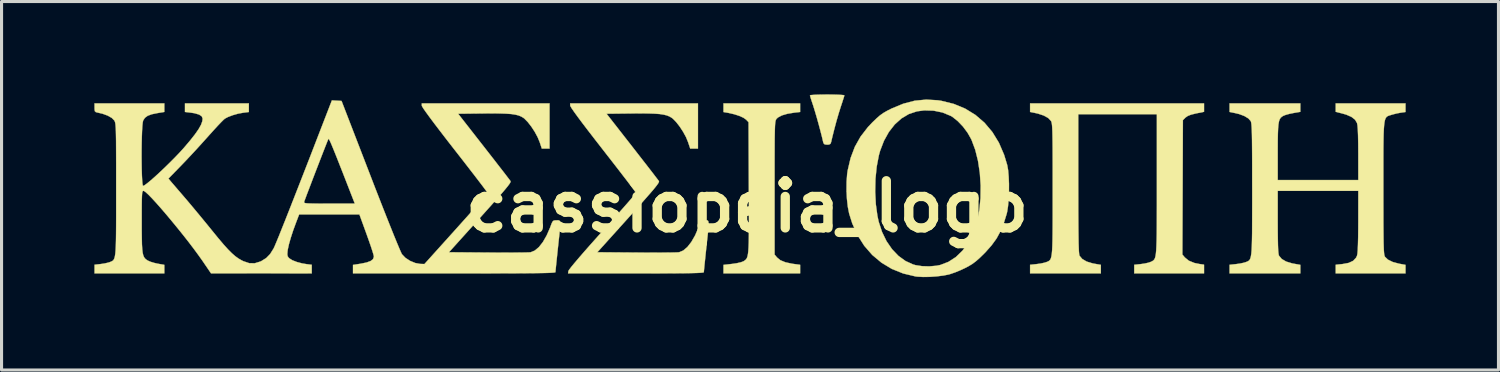
<source format=kicad_pcb>
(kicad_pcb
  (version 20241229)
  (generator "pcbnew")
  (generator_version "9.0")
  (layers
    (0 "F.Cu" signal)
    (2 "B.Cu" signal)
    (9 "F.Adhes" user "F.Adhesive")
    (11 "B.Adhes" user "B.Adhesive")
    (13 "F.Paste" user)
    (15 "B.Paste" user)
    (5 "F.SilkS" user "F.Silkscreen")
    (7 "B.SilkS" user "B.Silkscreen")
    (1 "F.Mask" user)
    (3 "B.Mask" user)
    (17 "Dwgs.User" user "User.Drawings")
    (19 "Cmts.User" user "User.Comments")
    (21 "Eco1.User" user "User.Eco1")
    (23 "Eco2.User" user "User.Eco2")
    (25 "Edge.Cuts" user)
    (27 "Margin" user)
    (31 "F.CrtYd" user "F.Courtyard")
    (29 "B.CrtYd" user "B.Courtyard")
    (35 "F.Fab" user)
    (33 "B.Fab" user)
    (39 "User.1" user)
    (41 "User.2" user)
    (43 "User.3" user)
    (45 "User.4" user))
  (footprint "cassiopeia_logo"
    (layer "F.Cu")
    (at 21.087 3.624)
    (property "Reference" "cassiopeia_logo" (at 0 0 0) (layer "F.SilkS") (effects (font (size 1.524 1.524) (thickness 0.3))))
    (attr through_hole)
    (fp_poly (pts (xy 2.767 -3.618) (xy 2.923 -3.614) (xy 3.044 -3.608) (xy 3.121 -3.601) (xy 3.143 -3.594) (xy 3.134 -3.555) (xy 3.107 -3.47) (xy 3.069 -3.351) (xy 3.031 -3.237) (xy 2.965 -3.029) (xy 2.892 -2.779) (xy 2.82 -2.51) (xy 2.753 -2.243) (xy 2.717 -2.088) (xy 2.694 -2.027) (xy 2.646 -2.004) (xy 2.588 -2) (xy 2.51 -2.008) (xy 2.473 -2.042) (xy 2.458 -2.088) (xy 2.42 -2.251) (xy 2.369 -2.449) (xy 2.311 -2.666) (xy 2.251 -2.881) (xy 2.193 -3.078) (xy 2.144 -3.238) (xy 2.129 -3.284) (xy 2.087 -3.41) (xy 2.054 -3.513) (xy 2.035 -3.579) (xy 2.032 -3.594) (xy 2.062 -3.602) (xy 2.145 -3.609) (xy 2.272 -3.615) (xy 2.432 -3.618) (xy 2.588 -3.619) (xy 2.767 -3.618)) (stroke (width 0.01) (type solid)) (fill yes) (layer "F.SilkS"))
    (fp_poly (pts (xy 1.714 -3.056) (xy 1.525 -3.035) (xy 1.302 -2.998) (xy 1.125 -2.946) (xy 1 -2.88) (xy 0.954 -2.837) (xy 0.941 -2.819) (xy 0.93 -2.799) (xy 0.921 -2.771) (xy 0.913 -2.73) (xy 0.907 -2.673) (xy 0.902 -2.594) (xy 0.898 -2.488) (xy 0.895 -2.352) (xy 0.892 -2.181) (xy 0.891 -1.97) (xy 0.89 -1.713) (xy 0.889 -1.408) (xy 0.889 -1.048) (xy 0.889 -0.63) (xy 0.889 1.551) (xy 0.971 1.648) (xy 1.077 1.734) (xy 1.238 1.8) (xy 1.456 1.847) (xy 1.537 1.858) (xy 1.714 1.881) (xy 1.714 2.159) (xy -0.762 2.159) (xy -0.762 1.884) (xy -0.478 1.852) (xy -0.326 1.829) (xy -0.2 1.8) (xy -0.117 1.769) (xy -0.11 1.764) (xy -0.076 1.742) (xy -0.047 1.719) (xy -0.023 1.691) (xy -0.002 1.653) (xy 0.015 1.601) (xy 0.029 1.53) (xy 0.04 1.436) (xy 0.048 1.314) (xy 0.054 1.159) (xy 0.057 0.967) (xy 0.059 0.734) (xy 0.06 0.454) (xy 0.059 0.124) (xy 0.058 -0.261) (xy 0.056 -0.618) (xy 0.048 -2.725) (xy -0.03 -2.808) (xy -0.115 -2.869) (xy -0.247 -2.929) (xy -0.413 -2.983) (xy -0.595 -3.025) (xy -0.627 -3.031) (xy -0.762 -3.054) (xy -0.762 -3.334) (xy 1.714 -3.334) (xy 1.714 -3.056)) (stroke (width 0.01) (type solid)) (fill yes) (layer "F.SilkS"))
    (fp_poly (pts (xy 14.764 -3.062) (xy 14.504 -3.009) (xy 14.346 -2.97) (xy 14.238 -2.928) (xy 14.165 -2.877) (xy 14.162 -2.874) (xy 14.081 -2.793) (xy 14.073 -0.622) (xy 14.064 1.549) (xy 14.144 1.644) (xy 14.272 1.749) (xy 14.455 1.823) (xy 14.613 1.855) (xy 14.764 1.877) (xy 14.764 2.159) (xy 12.509 2.159) (xy 12.509 1.881) (xy 12.724 1.858) (xy 12.852 1.839) (xy 12.968 1.813) (xy 13.039 1.789) (xy 13.076 1.771) (xy 13.108 1.754) (xy 13.136 1.732) (xy 13.16 1.702) (xy 13.18 1.659) (xy 13.196 1.598) (xy 13.209 1.515) (xy 13.219 1.406) (xy 13.226 1.267) (xy 13.232 1.093) (xy 13.236 0.879) (xy 13.238 0.623) (xy 13.239 0.318) (xy 13.24 -0.039) (xy 13.24 -0.452) (xy 13.24 -0.727) (xy 13.24 -2.985) (xy 10.7 -2.985) (xy 10.7 -0.738) (xy 10.701 -0.281) (xy 10.701 0.115) (xy 10.703 0.456) (xy 10.705 0.744) (xy 10.708 0.983) (xy 10.711 1.177) (xy 10.716 1.328) (xy 10.721 1.442) (xy 10.728 1.521) (xy 10.735 1.57) (xy 10.74 1.587) (xy 10.829 1.693) (xy 10.972 1.777) (xy 11.166 1.836) (xy 11.208 1.844) (xy 11.43 1.883) (xy 11.43 2.159) (xy 9.144 2.159) (xy 9.144 1.881) (xy 9.358 1.858) (xy 9.486 1.84) (xy 9.603 1.815) (xy 9.674 1.793) (xy 9.712 1.778) (xy 9.745 1.762) (xy 9.773 1.741) (xy 9.797 1.711) (xy 9.817 1.667) (xy 9.833 1.605) (xy 9.846 1.521) (xy 9.856 1.409) (xy 9.863 1.265) (xy 9.868 1.086) (xy 9.871 0.866) (xy 9.873 0.6) (xy 9.874 0.285) (xy 9.874 -0.084) (xy 9.874 -0.511) (xy 9.874 -0.557) (xy 9.874 -0.978) (xy 9.874 -1.339) (xy 9.873 -1.647) (xy 9.872 -1.905) (xy 9.87 -2.118) (xy 9.867 -2.291) (xy 9.864 -2.428) (xy 9.859 -2.535) (xy 9.854 -2.615) (xy 9.847 -2.674) (xy 9.839 -2.716) (xy 9.83 -2.745) (xy 9.819 -2.766) (xy 9.73 -2.861) (xy 9.587 -2.941) (xy 9.397 -3.004) (xy 9.325 -3.02) (xy 9.144 -3.057) (xy 9.144 -3.334) (xy 14.764 -3.334) (xy 14.764 -3.062)) (stroke (width 0.01) (type solid)) (fill yes) (layer "F.SilkS"))
    (fp_poly (pts (xy 6.164 -3.434) (xy 6.275 -3.417) (xy 6.678 -3.317) (xy 7.046 -3.165) (xy 7.378 -2.961) (xy 7.671 -2.709) (xy 7.925 -2.408) (xy 8.137 -2.062) (xy 8.305 -1.672) (xy 8.405 -1.341) (xy 8.434 -1.178) (xy 8.452 -0.97) (xy 8.462 -0.733) (xy 8.461 -0.484) (xy 8.451 -0.24) (xy 8.432 -0.018) (xy 8.404 0.165) (xy 8.389 0.23) (xy 8.294 0.538) (xy 8.187 0.799) (xy 8.061 1.03) (xy 7.904 1.247) (xy 7.709 1.468) (xy 7.652 1.526) (xy 7.507 1.667) (xy 7.385 1.773) (xy 7.27 1.858) (xy 7.143 1.934) (xy 7.057 1.979) (xy 6.899 2.053) (xy 6.728 2.124) (xy 6.571 2.178) (xy 6.517 2.194) (xy 6.34 2.229) (xy 6.128 2.255) (xy 5.903 2.271) (xy 5.687 2.274) (xy 5.502 2.264) (xy 5.444 2.257) (xy 5.045 2.162) (xy 4.677 2.014) (xy 4.343 1.813) (xy 4.045 1.564) (xy 3.787 1.268) (xy 3.57 0.927) (xy 3.398 0.544) (xy 3.298 0.227) (xy 3.255 0.009) (xy 3.226 -0.249) (xy 3.215 -0.48) (xy 4.139 -0.48) (xy 4.16 -0.076) (xy 4.212 0.303) (xy 4.253 0.492) (xy 4.361 0.821) (xy 4.505 1.117) (xy 4.683 1.376) (xy 4.889 1.592) (xy 5.117 1.758) (xy 5.364 1.87) (xy 5.445 1.893) (xy 5.654 1.925) (xy 5.889 1.932) (xy 6.117 1.912) (xy 6.24 1.888) (xy 6.504 1.787) (xy 6.746 1.631) (xy 6.962 1.422) (xy 7.149 1.166) (xy 7.303 0.868) (xy 7.419 0.532) (xy 7.43 0.49) (xy 7.503 0.12) (xy 7.542 -0.275) (xy 7.547 -0.681) (xy 7.52 -1.086) (xy 7.461 -1.476) (xy 7.371 -1.837) (xy 7.252 -2.155) (xy 7.244 -2.173) (xy 7.126 -2.382) (xy 6.977 -2.583) (xy 6.81 -2.758) (xy 6.64 -2.894) (xy 6.58 -2.93) (xy 6.316 -3.039) (xy 6.026 -3.099) (xy 5.725 -3.108) (xy 5.486 -3.076) (xy 5.227 -2.99) (xy 4.987 -2.847) (xy 4.77 -2.652) (xy 4.58 -2.409) (xy 4.422 -2.124) (xy 4.298 -1.801) (xy 4.258 -1.656) (xy 4.188 -1.289) (xy 4.148 -0.89) (xy 4.139 -0.48) (xy 3.215 -0.48) (xy 3.213 -0.527) (xy 3.215 -0.802) (xy 3.234 -1.054) (xy 3.25 -1.165) (xy 3.345 -1.569) (xy 3.482 -1.931) (xy 3.667 -2.26) (xy 3.904 -2.567) (xy 4.045 -2.716) (xy 4.181 -2.847) (xy 4.293 -2.945) (xy 4.402 -3.023) (xy 4.527 -3.095) (xy 4.667 -3.166) (xy 5.046 -3.323) (xy 5.417 -3.42) (xy 5.787 -3.456) (xy 6.164 -3.434)) (stroke (width 0.01) (type solid)) (fill yes) (layer "F.SilkS"))
    (fp_poly (pts (xy -1.587 -1.873) (xy -1.836 -1.873) (xy -1.907 -2.084) (xy -1.973 -2.245) (xy -2.067 -2.417) (xy -2.177 -2.585) (xy -2.292 -2.732) (xy -2.4 -2.842) (xy -2.431 -2.866) (xy -2.503 -2.909) (xy -2.588 -2.944) (xy -2.693 -2.97) (xy -2.824 -2.99) (xy -2.99 -3.002) (xy -3.198 -3.009) (xy -3.454 -3.011) (xy -3.755 -3.009) (xy -4.541 -3) (xy -3.711 -1.938) (xy -3.534 -1.71) (xy -3.368 -1.497) (xy -3.217 -1.303) (xy -3.087 -1.135) (xy -2.981 -0.997) (xy -2.903 -0.895) (xy -2.857 -0.835) (xy -2.848 -0.822) (xy -2.846 -0.803) (xy -2.86 -0.77) (xy -2.893 -0.719) (xy -2.947 -0.648) (xy -3.026 -0.55) (xy -3.134 -0.424) (xy -3.273 -0.266) (xy -3.446 -0.07) (xy -3.657 0.166) (xy -3.827 0.354) (xy -4.838 1.476) (xy -3.57 1.486) (xy -3.288 1.487) (xy -3.023 1.488) (xy -2.781 1.487) (xy -2.571 1.486) (xy -2.4 1.484) (xy -2.275 1.481) (xy -2.205 1.477) (xy -2.196 1.476) (xy -2.064 1.421) (xy -1.931 1.309) (xy -1.801 1.144) (xy -1.679 0.931) (xy -1.569 0.677) (xy -1.557 0.643) (xy -1.517 0.537) (xy -1.485 0.478) (xy -1.448 0.451) (xy -1.394 0.445) (xy -1.361 0.445) (xy -1.32 0.443) (xy -1.289 0.445) (xy -1.265 0.456) (xy -1.251 0.483) (xy -1.244 0.533) (xy -1.245 0.612) (xy -1.254 0.729) (xy -1.269 0.888) (xy -1.292 1.098) (xy -1.318 1.34) (xy -1.34 1.551) (xy -1.36 1.742) (xy -1.377 1.904) (xy -1.389 2.027) (xy -1.396 2.102) (xy -1.397 2.119) (xy -1.409 2.127) (xy -1.448 2.134) (xy -1.517 2.14) (xy -1.62 2.145) (xy -1.761 2.149) (xy -1.943 2.153) (xy -2.17 2.155) (xy -2.446 2.157) (xy -2.775 2.158) (xy -3.16 2.159) (xy -3.59 2.159) (xy -5.783 2.159) (xy -5.773 2.083) (xy -5.749 2.042) (xy -5.684 1.956) (xy -5.581 1.83) (xy -5.44 1.664) (xy -5.266 1.463) (xy -5.059 1.228) (xy -4.822 0.962) (xy -4.675 0.798) (xy -4.464 0.564) (xy -4.267 0.343) (xy -4.087 0.14) (xy -3.929 -0.039) (xy -3.796 -0.191) (xy -3.693 -0.311) (xy -3.622 -0.394) (xy -3.59 -0.436) (xy -3.588 -0.439) (xy -3.607 -0.469) (xy -3.661 -0.544) (xy -3.748 -0.66) (xy -3.863 -0.812) (xy -4.004 -0.995) (xy -4.165 -1.204) (xy -4.345 -1.436) (xy -4.539 -1.685) (xy -4.651 -1.829) (xy -4.907 -2.158) (xy -5.13 -2.447) (xy -5.319 -2.695) (xy -5.472 -2.9) (xy -5.589 -3.061) (xy -5.668 -3.176) (xy -5.709 -3.245) (xy -5.715 -3.262) (xy -5.715 -3.334) (xy -1.587 -3.334) (xy -1.587 -1.873)) (stroke (width 0.01) (type solid)) (fill yes) (layer "F.SilkS"))
    (fp_poly (pts (xy 17.875 -3.061) (xy 17.651 -3.022) (xy 17.523 -2.996) (xy 17.407 -2.964) (xy 17.331 -2.935) (xy 17.281 -2.905) (xy 17.24 -2.869) (xy 17.209 -2.82) (xy 17.185 -2.75) (xy 17.168 -2.654) (xy 17.157 -2.524) (xy 17.15 -2.353) (xy 17.146 -2.134) (xy 17.145 -1.861) (xy 17.145 -1.763) (xy 17.145 -0.857) (xy 19.748 -0.857) (xy 19.747 -1.722) (xy 19.745 -2.04) (xy 19.74 -2.295) (xy 19.732 -2.489) (xy 19.721 -2.623) (xy 19.707 -2.697) (xy 19.707 -2.698) (xy 19.643 -2.807) (xy 19.529 -2.896) (xy 19.361 -2.97) (xy 19.239 -3.005) (xy 19.018 -3.062) (xy 19.018 -3.334) (xy 21.273 -3.334) (xy 21.273 -3.055) (xy 21.122 -3.034) (xy 20.993 -3.01) (xy 20.856 -2.975) (xy 20.819 -2.964) (xy 20.77 -2.949) (xy 20.727 -2.935) (xy 20.69 -2.918) (xy 20.659 -2.894) (xy 20.633 -2.857) (xy 20.612 -2.804) (xy 20.595 -2.73) (xy 20.583 -2.63) (xy 20.573 -2.501) (xy 20.566 -2.337) (xy 20.562 -2.135) (xy 20.559 -1.889) (xy 20.558 -1.596) (xy 20.558 -1.251) (xy 20.558 -0.85) (xy 20.558 -0.586) (xy 20.558 -0.164) (xy 20.559 0.2) (xy 20.559 0.509) (xy 20.561 0.769) (xy 20.563 0.983) (xy 20.565 1.157) (xy 20.569 1.295) (xy 20.573 1.402) (xy 20.579 1.482) (xy 20.585 1.54) (xy 20.593 1.58) (xy 20.603 1.608) (xy 20.611 1.624) (xy 20.707 1.716) (xy 20.861 1.791) (xy 21.069 1.847) (xy 21.084 1.849) (xy 21.273 1.884) (xy 21.273 2.159) (xy 19.018 2.159) (xy 19.018 1.88) (xy 19.241 1.857) (xy 19.438 1.82) (xy 19.581 1.753) (xy 19.675 1.654) (xy 19.707 1.586) (xy 19.72 1.52) (xy 19.73 1.402) (xy 19.737 1.227) (xy 19.743 0.996) (xy 19.746 0.704) (xy 19.747 0.484) (xy 19.748 -0.508) (xy 17.145 -0.508) (xy 17.145 0.5) (xy 17.146 0.808) (xy 17.149 1.058) (xy 17.153 1.254) (xy 17.159 1.4) (xy 17.168 1.503) (xy 17.178 1.566) (xy 17.186 1.587) (xy 17.274 1.693) (xy 17.418 1.777) (xy 17.612 1.836) (xy 17.654 1.844) (xy 17.875 1.883) (xy 17.875 2.159) (xy 15.589 2.159) (xy 15.589 1.881) (xy 15.804 1.858) (xy 15.931 1.84) (xy 16.048 1.815) (xy 16.119 1.793) (xy 16.157 1.778) (xy 16.19 1.762) (xy 16.219 1.741) (xy 16.243 1.711) (xy 16.262 1.667) (xy 16.278 1.605) (xy 16.291 1.52) (xy 16.301 1.409) (xy 16.308 1.265) (xy 16.313 1.085) (xy 16.317 0.865) (xy 16.318 0.6) (xy 16.319 0.285) (xy 16.32 -0.085) (xy 16.32 -0.512) (xy 16.32 -0.556) (xy 16.319 -0.982) (xy 16.319 -1.35) (xy 16.318 -1.664) (xy 16.316 -1.927) (xy 16.314 -2.144) (xy 16.311 -2.321) (xy 16.307 -2.46) (xy 16.302 -2.568) (xy 16.296 -2.647) (xy 16.289 -2.704) (xy 16.28 -2.741) (xy 16.273 -2.761) (xy 16.197 -2.847) (xy 16.069 -2.925) (xy 15.899 -2.989) (xy 15.77 -3.02) (xy 15.589 -3.057) (xy 15.589 -3.334) (xy 17.875 -3.334) (xy 17.875 -3.061)) (stroke (width 0.01) (type solid)) (fill yes) (layer "F.SilkS"))
    (fp_poly (pts (xy -13.102 -3.413) (xy -12.17 -1) (xy -12.025 -0.624) (xy -11.884 -0.263) (xy -11.75 0.079) (xy -11.624 0.397) (xy -11.509 0.685) (xy -11.407 0.939) (xy -11.318 1.156) (xy -11.246 1.328) (xy -11.192 1.453) (xy -11.158 1.526) (xy -11.151 1.539) (xy -11.039 1.656) (xy -10.887 1.755) (xy -10.719 1.824) (xy -10.567 1.852) (xy -10.424 1.857) (xy -9.403 0.724) (xy -9.199 0.496) (xy -9.008 0.283) (xy -8.836 0.089) (xy -8.685 -0.082) (xy -8.56 -0.225) (xy -8.465 -0.336) (xy -8.404 -0.408) (xy -8.382 -0.439) (xy -8.382 -0.439) (xy -8.401 -0.469) (xy -8.456 -0.544) (xy -8.542 -0.66) (xy -8.658 -0.812) (xy -8.798 -0.995) (xy -8.96 -1.204) (xy -9.139 -1.436) (xy -9.333 -1.685) (xy -9.446 -1.829) (xy -9.702 -2.158) (xy -9.924 -2.447) (xy -10.113 -2.695) (xy -10.266 -2.9) (xy -10.383 -3.061) (xy -10.463 -3.176) (xy -10.504 -3.245) (xy -10.509 -3.262) (xy -10.509 -3.334) (xy -6.382 -3.334) (xy -6.382 -1.873) (xy -6.506 -1.873) (xy -6.631 -1.873) (xy -6.701 -2.084) (xy -6.768 -2.245) (xy -6.861 -2.417) (xy -6.971 -2.585) (xy -7.086 -2.732) (xy -7.194 -2.842) (xy -7.225 -2.866) (xy -7.297 -2.909) (xy -7.382 -2.944) (xy -7.487 -2.97) (xy -7.618 -2.99) (xy -7.784 -3.002) (xy -7.992 -3.009) (xy -8.249 -3.011) (xy -8.549 -3.009) (xy -9.336 -3) (xy -8.506 -1.938) (xy -8.328 -1.71) (xy -8.162 -1.497) (xy -8.012 -1.303) (xy -7.881 -1.135) (xy -7.775 -0.997) (xy -7.697 -0.895) (xy -7.652 -0.835) (xy -7.642 -0.822) (xy -7.641 -0.803) (xy -7.654 -0.77) (xy -7.687 -0.719) (xy -7.741 -0.648) (xy -7.821 -0.55) (xy -7.928 -0.424) (xy -8.067 -0.266) (xy -8.241 -0.07) (xy -8.452 0.166) (xy -8.621 0.354) (xy -9.632 1.476) (xy -8.364 1.486) (xy -8.082 1.487) (xy -7.817 1.488) (xy -7.575 1.487) (xy -7.365 1.486) (xy -7.194 1.484) (xy -7.07 1.481) (xy -6.999 1.477) (xy -6.99 1.476) (xy -6.858 1.421) (xy -6.725 1.309) (xy -6.596 1.144) (xy -6.474 0.931) (xy -6.363 0.677) (xy -6.351 0.643) (xy -6.311 0.537) (xy -6.279 0.478) (xy -6.243 0.451) (xy -6.188 0.445) (xy -6.156 0.445) (xy -6.115 0.443) (xy -6.083 0.445) (xy -6.06 0.456) (xy -6.045 0.483) (xy -6.038 0.533) (xy -6.039 0.612) (xy -6.048 0.729) (xy -6.063 0.888) (xy -6.086 1.098) (xy -6.112 1.34) (xy -6.134 1.551) (xy -6.154 1.742) (xy -6.171 1.904) (xy -6.183 2.027) (xy -6.19 2.102) (xy -6.191 2.119) (xy -6.203 2.126) (xy -6.24 2.132) (xy -6.305 2.137) (xy -6.403 2.142) (xy -6.534 2.146) (xy -6.703 2.149) (xy -6.913 2.152) (xy -7.167 2.154) (xy -7.467 2.156) (xy -7.817 2.157) (xy -8.22 2.158) (xy -8.68 2.159) (xy -9.198 2.159) (xy -9.461 2.159) (xy -12.732 2.159) (xy -12.732 1.885) (xy -12.488 1.847) (xy -12.296 1.808) (xy -12.164 1.76) (xy -12.086 1.7) (xy -12.058 1.626) (xy -12.059 1.601) (xy -12.073 1.544) (xy -12.105 1.437) (xy -12.152 1.293) (xy -12.212 1.12) (xy -12.28 0.929) (xy -12.297 0.881) (xy -12.525 0.254) (xy -13.499 0.254) (xy -14.472 0.254) (xy -14.567 0.503) (xy -14.663 0.764) (xy -14.742 1.006) (xy -14.802 1.217) (xy -14.839 1.386) (xy -14.846 1.438) (xy -14.854 1.54) (xy -14.844 1.603) (xy -14.812 1.651) (xy -14.791 1.671) (xy -14.692 1.734) (xy -14.546 1.791) (xy -14.372 1.837) (xy -14.232 1.86) (xy -14.065 1.881) (xy -14.065 2.159) (xy -15.692 2.157) (xy -17.32 2.156) (xy -17.596 1.751) (xy -17.727 1.567) (xy -17.877 1.363) (xy -18.042 1.146) (xy -18.218 0.922) (xy -18.4 0.696) (xy -18.583 0.473) (xy -18.761 0.26) (xy -18.931 0.062) (xy -19.088 -0.116) (xy -19.227 -0.267) (xy -19.343 -0.386) (xy -19.432 -0.467) (xy -19.488 -0.506) (xy -19.498 -0.508) (xy -19.515 -0.505) (xy -19.528 -0.493) (xy -19.539 -0.465) (xy -19.546 -0.414) (xy -19.551 -0.334) (xy -19.555 -0.219) (xy -19.557 -0.06) (xy -19.558 0.147) (xy -19.558 0.409) (xy -19.558 0.477) (xy -19.558 0.779) (xy -19.555 1.024) (xy -19.551 1.218) (xy -19.542 1.37) (xy -19.529 1.485) (xy -19.51 1.57) (xy -19.484 1.632) (xy -19.451 1.678) (xy -19.408 1.715) (xy -19.364 1.744) (xy -19.279 1.782) (xy -19.158 1.819) (xy -19.045 1.845) (xy -18.828 1.883) (xy -18.828 2.159) (xy -21.082 2.159) (xy -21.082 1.879) (xy -20.884 1.857) (xy -20.759 1.838) (xy -20.644 1.812) (xy -20.584 1.793) (xy -20.546 1.777) (xy -20.513 1.761) (xy -20.484 1.741) (xy -20.461 1.711) (xy -20.441 1.667) (xy -20.425 1.606) (xy -20.412 1.521) (xy -20.402 1.41) (xy -20.395 1.266) (xy -20.39 1.087) (xy -20.387 0.867) (xy -20.385 0.602) (xy -20.384 0.288) (xy -20.384 -0.081) (xy -20.384 -0.508) (xy -20.384 -0.562) (xy -20.384 -0.981) (xy -20.384 -1.342) (xy -20.385 -1.648) (xy -20.386 -1.905) (xy -20.387 -2.118) (xy -20.39 -2.29) (xy -20.393 -2.427) (xy -20.397 -2.533) (xy -20.403 -2.614) (xy -20.409 -2.673) (xy -20.417 -2.716) (xy -20.427 -2.747) (xy -20.438 -2.771) (xy -20.445 -2.783) (xy -20.525 -2.864) (xy -20.655 -2.938) (xy -20.824 -3) (xy -20.966 -3.033) (xy -21.038 -3.051) (xy -21.072 -3.08) (xy -21.081 -3.143) (xy -21.082 -3.194) (xy -21.082 -3.334) (xy -18.828 -3.334) (xy -18.828 -3.057) (xy -19.053 -3.02) (xy -19.237 -2.982) (xy -19.367 -2.933) (xy -19.455 -2.868) (xy -19.511 -2.782) (xy -19.513 -2.777) (xy -19.526 -2.714) (xy -19.538 -2.602) (xy -19.547 -2.45) (xy -19.554 -2.266) (xy -19.559 -2.06) (xy -19.562 -1.84) (xy -19.563 -1.616) (xy -19.561 -1.396) (xy -19.558 -1.19) (xy -19.552 -1.006) (xy -19.544 -0.853) (xy -19.534 -0.74) (xy -19.522 -0.677) (xy -19.513 -0.667) (xy -19.467 -0.689) (xy -19.383 -0.75) (xy -19.269 -0.844) (xy -19.132 -0.964) (xy -18.979 -1.105) (xy -18.817 -1.258) (xy -18.652 -1.419) (xy -18.492 -1.58) (xy -18.343 -1.735) (xy -18.213 -1.878) (xy -18.189 -1.905) (xy -17.99 -2.14) (xy -17.835 -2.337) (xy -17.72 -2.502) (xy -17.643 -2.64) (xy -17.601 -2.755) (xy -17.59 -2.842) (xy -17.618 -2.916) (xy -17.705 -2.973) (xy -17.852 -3.016) (xy -17.984 -3.036) (xy -18.161 -3.057) (xy -18.161 -3.334) (xy -16.097 -3.334) (xy -16.097 -3.055) (xy -16.274 -3.033) (xy -16.444 -3.002) (xy -16.619 -2.952) (xy -16.774 -2.893) (xy -16.871 -2.841) (xy -16.916 -2.802) (xy -16.995 -2.723) (xy -17.101 -2.612) (xy -17.226 -2.476) (xy -17.364 -2.323) (xy -17.421 -2.259) (xy -17.591 -2.07) (xy -17.778 -1.864) (xy -17.969 -1.658) (xy -18.147 -1.469) (xy -18.292 -1.318) (xy -18.695 -0.905) (xy -18.627 -0.823) (xy -18.584 -0.772) (xy -18.508 -0.684) (xy -18.407 -0.566) (xy -18.288 -0.428) (xy -18.177 -0.299) (xy -18.044 -0.143) (xy -17.883 0.049) (xy -17.706 0.262) (xy -17.524 0.483) (xy -17.349 0.697) (xy -17.274 0.79) (xy -17.077 1.031) (xy -16.911 1.227) (xy -16.769 1.384) (xy -16.645 1.508) (xy -16.534 1.605) (xy -16.428 1.681) (xy -16.321 1.742) (xy -16.272 1.766) (xy -16.085 1.829) (xy -15.908 1.832) (xy -15.725 1.776) (xy -15.691 1.76) (xy -15.535 1.662) (xy -15.41 1.534) (xy -15.301 1.36) (xy -15.289 1.337) (xy -15.256 1.264) (xy -15.202 1.135) (xy -15.126 0.952) (xy -15.032 0.716) (xy -14.918 0.432) (xy -14.788 0.102) (xy -14.695 -0.134) (xy -14.312 -0.134) (xy -14.3 -0.121) (xy -14.269 -0.111) (xy -14.21 -0.104) (xy -14.117 -0.1) (xy -13.983 -0.097) (xy -13.802 -0.096) (xy -13.565 -0.095) (xy -13.5 -0.095) (xy -12.673 -0.095) (xy -12.794 -0.405) (xy -12.941 -0.782) (xy -13.067 -1.105) (xy -13.174 -1.376) (xy -13.262 -1.6) (xy -13.335 -1.781) (xy -13.393 -1.923) (xy -13.438 -2.03) (xy -13.472 -2.106) (xy -13.497 -2.155) (xy -13.513 -2.181) (xy -13.524 -2.188) (xy -13.528 -2.185) (xy -13.545 -2.145) (xy -13.581 -2.055) (xy -13.633 -1.923) (xy -13.698 -1.757) (xy -13.772 -1.566) (xy -13.852 -1.359) (xy -13.935 -1.145) (xy -14.017 -0.931) (xy -14.095 -0.726) (xy -14.166 -0.54) (xy -14.227 -0.381) (xy -14.273 -0.256) (xy -14.303 -0.176) (xy -14.311 -0.151) (xy -14.312 -0.134) (xy -14.695 -0.134) (xy -14.641 -0.272) (xy -14.478 -0.688) (xy -14.301 -1.142) (xy -14.11 -1.632) (xy -13.908 -2.155) (xy -13.903 -2.168) (xy -13.414 -3.431) (xy -13.102 -3.413)) (stroke (width 0.01) (type solid)) (fill yes) (layer "F.SilkS")))
  (gr_rect
    (start -3 -3)
    (end 45.364 8.904)
    (stroke (width 0.1) (type default))
    (fill no)
    (layer "Edge.Cuts")))
</source>
